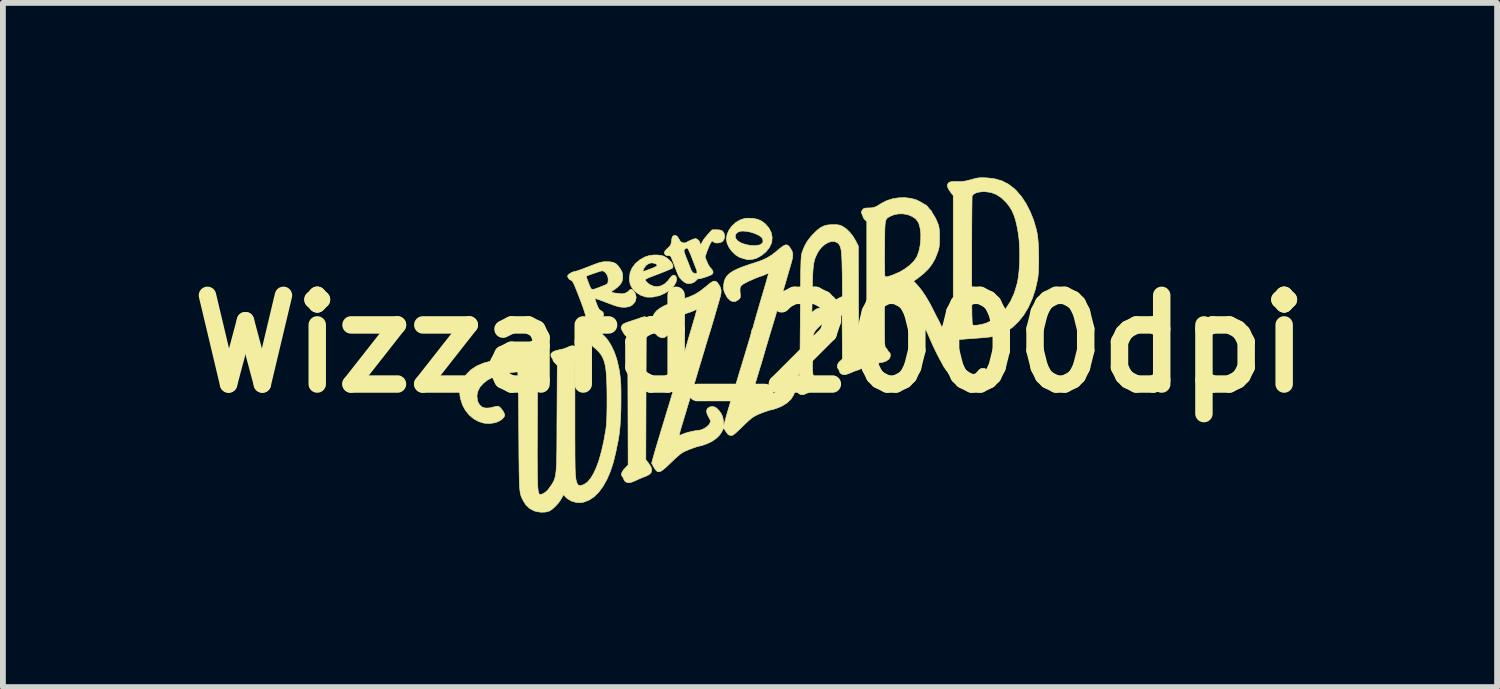
<source format=kicad_pcb>
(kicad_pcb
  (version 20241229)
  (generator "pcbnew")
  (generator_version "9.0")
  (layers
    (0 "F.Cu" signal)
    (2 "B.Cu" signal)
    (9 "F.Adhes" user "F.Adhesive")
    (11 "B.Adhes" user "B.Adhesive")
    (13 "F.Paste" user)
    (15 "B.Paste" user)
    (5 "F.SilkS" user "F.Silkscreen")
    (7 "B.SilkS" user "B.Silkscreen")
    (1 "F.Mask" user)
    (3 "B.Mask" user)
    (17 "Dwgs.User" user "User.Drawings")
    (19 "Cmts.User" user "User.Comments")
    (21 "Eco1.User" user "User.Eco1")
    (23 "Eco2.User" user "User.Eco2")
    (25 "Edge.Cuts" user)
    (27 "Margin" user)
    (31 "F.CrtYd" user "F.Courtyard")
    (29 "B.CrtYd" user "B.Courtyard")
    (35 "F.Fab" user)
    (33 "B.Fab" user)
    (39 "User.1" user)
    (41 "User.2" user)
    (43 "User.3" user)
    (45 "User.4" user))
  (footprint "Wizzard_2000dpi"
    (layer "F.Cu")
    (at 9.841 2.861)
    (property "Reference" "Wizzard_2000dpi" (at 0 0 0) (layer "F.SilkS") (effects (font (size 1.524 1.524) (thickness 0.3))))
    (attr through_hole)
    (fp_poly (pts (xy 0.048 -2.158) (xy 0.126 -2.143) (xy 0.192 -2.115) (xy 0.253 -2.071) (xy 0.264 -2.062) (xy 0.324 -1.992) (xy 0.364 -1.914) (xy 0.38 -1.833) (xy 0.374 -1.751) (xy 0.366 -1.726) (xy 0.33 -1.653) (xy 0.274 -1.584) (xy 0.204 -1.525) (xy 0.126 -1.48) (xy 0.095 -1.467) (xy 0.054 -1.457) (xy 0.009 -1.45) (xy -0.032 -1.447) (xy -0.059 -1.45) (xy -0.065 -1.453) (xy -0.08 -1.459) (xy -0.11 -1.466) (xy -0.113 -1.467) (xy -0.185 -1.491) (xy -0.253 -1.534) (xy -0.313 -1.593) (xy -0.362 -1.661) (xy -0.395 -1.733) (xy -0.406 -1.806) (xy -0.406 -1.806) (xy -0.4 -1.849) (xy -0.255 -1.849) (xy -0.243 -1.808) (xy -0.21 -1.769) (xy -0.15 -1.734) (xy -0.075 -1.708) (xy 0.007 -1.692) (xy 0.088 -1.689) (xy 0.159 -1.7) (xy 0.173 -1.704) (xy 0.209 -1.728) (xy 0.224 -1.763) (xy 0.216 -1.808) (xy 0.213 -1.813) (xy 0.187 -1.843) (xy 0.141 -1.872) (xy 0.082 -1.898) (xy 0.015 -1.92) (xy -0.053 -1.934) (xy -0.118 -1.94) (xy -0.164 -1.937) (xy -0.214 -1.919) (xy -0.244 -1.888) (xy -0.255 -1.849) (xy -0.4 -1.849) (xy -0.394 -1.883) (xy -0.361 -1.958) (xy -0.31 -2.027) (xy -0.247 -2.085) (xy -0.174 -2.129) (xy -0.095 -2.156) (xy -0.048 -2.161) (xy 0.048 -2.158)) (stroke (width 0.01) (type solid)) (fill yes) (layer "F.SilkS"))
    (fp_poly (pts (xy -1.514 -1.518) (xy -1.482 -1.507) (xy -1.43 -1.477) (xy -1.385 -1.44) (xy -1.35 -1.4) (xy -1.329 -1.36) (xy -1.323 -1.326) (xy -1.335 -1.302) (xy -1.352 -1.293) (xy -1.389 -1.277) (xy -1.441 -1.255) (xy -1.506 -1.229) (xy -1.578 -1.201) (xy -1.583 -1.199) (xy -1.662 -1.169) (xy -1.72 -1.147) (xy -1.76 -1.13) (xy -1.785 -1.117) (xy -1.798 -1.107) (xy -1.801 -1.099) (xy -1.798 -1.09) (xy -1.795 -1.084) (xy -1.773 -1.06) (xy -1.741 -1.032) (xy -1.727 -1.022) (xy -1.662 -0.992) (xy -1.594 -0.984) (xy -1.526 -0.999) (xy -1.462 -1.035) (xy -1.407 -1.09) (xy -1.389 -1.114) (xy -1.354 -1.159) (xy -1.321 -1.181) (xy -1.293 -1.18) (xy -1.27 -1.155) (xy -1.268 -1.149) (xy -1.261 -1.106) (xy -1.275 -1.054) (xy -1.308 -0.999) (xy -1.341 -0.961) (xy -1.387 -0.922) (xy -1.444 -0.884) (xy -1.505 -0.852) (xy -1.561 -0.829) (xy -1.594 -0.822) (xy -1.626 -0.817) (xy -1.645 -0.811) (xy -1.667 -0.806) (xy -1.703 -0.804) (xy -1.745 -0.804) (xy -1.782 -0.806) (xy -1.797 -0.808) (xy -1.885 -0.84) (xy -1.958 -0.887) (xy -1.984 -0.912) (xy -2.03 -0.968) (xy -2.058 -1.021) (xy -2.071 -1.081) (xy -2.073 -1.135) (xy -2.061 -1.225) (xy -2.047 -1.258) (xy -1.839 -1.258) (xy -1.837 -1.25) (xy -1.828 -1.249) (xy -1.806 -1.254) (xy -1.769 -1.267) (xy -1.714 -1.288) (xy -1.687 -1.298) (xy -1.633 -1.321) (xy -1.604 -1.339) (xy -1.597 -1.356) (xy -1.612 -1.372) (xy -1.64 -1.385) (xy -1.692 -1.394) (xy -1.743 -1.381) (xy -1.788 -1.349) (xy -1.823 -1.301) (xy -1.835 -1.272) (xy -1.839 -1.258) (xy -2.047 -1.258) (xy -2.025 -1.308) (xy -1.968 -1.383) (xy -1.89 -1.448) (xy -1.808 -1.494) (xy -1.739 -1.516) (xy -1.662 -1.528) (xy -1.584 -1.528) (xy -1.514 -1.518)) (stroke (width 0.01) (type solid)) (fill yes) (layer "F.SilkS"))
    (fp_poly (pts (xy -0.523 -1.959) (xy -0.49 -1.95) (xy -0.472 -1.939) (xy -0.446 -1.9) (xy -0.436 -1.854) (xy -0.443 -1.808) (xy -0.465 -1.77) (xy -0.494 -1.749) (xy -0.547 -1.735) (xy -0.594 -1.736) (xy -0.628 -1.752) (xy -0.63 -1.754) (xy -0.644 -1.767) (xy -0.655 -1.767) (xy -0.668 -1.749) (xy -0.683 -1.724) (xy -0.703 -1.683) (xy -0.725 -1.63) (xy -0.743 -1.582) (xy -0.773 -1.494) (xy -0.74 -1.411) (xy -0.716 -1.359) (xy -0.689 -1.317) (xy -0.671 -1.298) (xy -0.645 -1.266) (xy -0.635 -1.233) (xy -0.644 -1.204) (xy -0.651 -1.198) (xy -0.677 -1.183) (xy -0.717 -1.166) (xy -0.765 -1.149) (xy -0.812 -1.134) (xy -0.851 -1.124) (xy -0.875 -1.121) (xy -0.876 -1.121) (xy -0.903 -1.116) (xy -0.921 -1.097) (xy -0.958 -1.062) (xy -1.009 -1.041) (xy -1.066 -1.037) (xy -1.088 -1.041) (xy -1.125 -1.059) (xy -1.167 -1.092) (xy -1.205 -1.132) (xy -1.228 -1.168) (xy -1.239 -1.193) (xy -1.256 -1.235) (xy -1.277 -1.288) (xy -1.296 -1.339) (xy -1.322 -1.409) (xy -1.342 -1.458) (xy -1.356 -1.49) (xy -1.367 -1.509) (xy -1.378 -1.516) (xy -1.388 -1.517) (xy -1.396 -1.515) (xy -1.43 -1.517) (xy -1.459 -1.534) (xy -1.473 -1.561) (xy -1.473 -1.566) (xy -1.463 -1.593) (xy -1.457 -1.6) (xy -1.135 -1.6) (xy -1.13 -1.576) (xy -1.119 -1.543) (xy -1.102 -1.496) (xy -1.084 -1.451) (xy -1.078 -1.435) (xy -1.063 -1.399) (xy -1.044 -1.351) (xy -1.029 -1.31) (xy -1.011 -1.268) (xy -0.993 -1.237) (xy -0.979 -1.223) (xy -0.949 -1.212) (xy -0.94 -1.207) (xy -0.921 -1.206) (xy -0.912 -1.224) (xy -0.913 -1.254) (xy -0.92 -1.276) (xy -0.93 -1.302) (xy -0.947 -1.346) (xy -0.969 -1.402) (xy -0.993 -1.465) (xy -0.998 -1.478) (xy -1.021 -1.538) (xy -1.044 -1.589) (xy -1.062 -1.627) (xy -1.075 -1.646) (xy -1.077 -1.648) (xy -1.098 -1.645) (xy -1.118 -1.631) (xy -1.131 -1.615) (xy -1.135 -1.6) (xy -1.457 -1.6) (xy -1.433 -1.628) (xy -1.415 -1.645) (xy -1.382 -1.676) (xy -1.364 -1.702) (xy -1.354 -1.734) (xy -1.35 -1.768) (xy -1.341 -1.821) (xy -1.326 -1.853) (xy -1.302 -1.865) (xy -1.28 -1.865) (xy -1.253 -1.85) (xy -1.226 -1.811) (xy -1.222 -1.803) (xy -1.199 -1.765) (xy -1.175 -1.745) (xy -1.152 -1.738) (xy -1.112 -1.736) (xy -1.092 -1.745) (xy -1.07 -1.758) (xy -1.034 -1.776) (xy -1.004 -1.789) (xy -0.965 -1.804) (xy -0.94 -1.809) (xy -0.921 -1.806) (xy -0.905 -1.796) (xy -0.881 -1.776) (xy -0.869 -1.758) (xy -0.857 -1.722) (xy -0.848 -1.71) (xy -0.837 -1.721) (xy -0.822 -1.752) (xy -0.8 -1.789) (xy -0.766 -1.834) (xy -0.728 -1.879) (xy -0.723 -1.885) (xy -0.651 -1.961) (xy -0.575 -1.962) (xy -0.523 -1.959)) (stroke (width 0.01) (type solid)) (fill yes) (layer "F.SilkS"))
    (fp_poly (pts (xy 4.069 -2.854) (xy 4.205 -2.838) (xy 4.328 -2.803) (xy 4.438 -2.747) (xy 4.541 -2.669) (xy 4.576 -2.635) (xy 4.663 -2.534) (xy 4.744 -2.412) (xy 4.814 -2.275) (xy 4.874 -2.127) (xy 4.919 -1.973) (xy 4.936 -1.897) (xy 4.945 -1.829) (xy 4.953 -1.742) (xy 4.958 -1.641) (xy 4.961 -1.534) (xy 4.962 -1.426) (xy 4.96 -1.322) (xy 4.956 -1.229) (xy 4.949 -1.152) (xy 4.945 -1.124) (xy 4.906 -0.945) (xy 4.851 -0.779) (xy 4.783 -0.628) (xy 4.702 -0.494) (xy 4.609 -0.378) (xy 4.505 -0.281) (xy 4.392 -0.206) (xy 4.306 -0.167) (xy 4.268 -0.153) (xy 4.234 -0.141) (xy 4.199 -0.132) (xy 4.16 -0.125) (xy 4.113 -0.118) (xy 4.054 -0.112) (xy 3.98 -0.105) (xy 3.886 -0.098) (xy 3.834 -0.094) (xy 3.752 -0.088) (xy 3.675 -0.082) (xy 3.609 -0.077) (xy 3.558 -0.072) (xy 3.527 -0.069) (xy 3.524 -0.068) (xy 3.483 -0.067) (xy 3.451 -0.08) (xy 3.438 -0.089) (xy 3.416 -0.112) (xy 3.408 -0.132) (xy 3.409 -0.134) (xy 3.407 -0.155) (xy 3.402 -0.16) (xy 3.385 -0.182) (xy 3.373 -0.216) (xy 3.371 -0.25) (xy 3.373 -0.257) (xy 3.389 -0.277) (xy 3.419 -0.298) (xy 3.437 -0.307) (xy 3.493 -0.331) (xy 3.493 -1.429) (xy 3.81 -1.429) (xy 3.81 -1.229) (xy 3.81 -1.053) (xy 3.811 -0.9) (xy 3.811 -0.768) (xy 3.812 -0.657) (xy 3.813 -0.564) (xy 3.814 -0.488) (xy 3.816 -0.429) (xy 3.818 -0.384) (xy 3.82 -0.353) (xy 3.822 -0.334) (xy 3.825 -0.326) (xy 3.826 -0.325) (xy 3.858 -0.32) (xy 3.906 -0.322) (xy 3.964 -0.332) (xy 4.024 -0.346) (xy 4.071 -0.362) (xy 4.195 -0.425) (xy 4.304 -0.508) (xy 4.399 -0.611) (xy 4.479 -0.734) (xy 4.543 -0.876) (xy 4.591 -1.037) (xy 4.599 -1.073) (xy 4.615 -1.168) (xy 4.626 -1.282) (xy 4.633 -1.407) (xy 4.635 -1.537) (xy 4.632 -1.665) (xy 4.625 -1.786) (xy 4.612 -1.891) (xy 4.611 -1.899) (xy 4.588 -2.025) (xy 4.563 -2.131) (xy 4.534 -2.219) (xy 4.5 -2.295) (xy 4.458 -2.363) (xy 4.408 -2.426) (xy 4.399 -2.436) (xy 4.316 -2.515) (xy 4.231 -2.57) (xy 4.139 -2.604) (xy 4.038 -2.617) (xy 4.017 -2.618) (xy 3.949 -2.612) (xy 3.89 -2.598) (xy 3.845 -2.576) (xy 3.819 -2.549) (xy 3.818 -2.546) (xy 3.817 -2.53) (xy 3.816 -2.491) (xy 3.815 -2.431) (xy 3.814 -2.35) (xy 3.813 -2.252) (xy 3.812 -2.137) (xy 3.811 -2.009) (xy 3.811 -1.868) (xy 3.81 -1.717) (xy 3.81 -1.557) (xy 3.81 -1.429) (xy 3.493 -1.429) (xy 3.493 -2.551) (xy 3.463 -2.587) (xy 3.419 -2.649) (xy 3.395 -2.698) (xy 3.392 -2.737) (xy 3.41 -2.767) (xy 3.421 -2.775) (xy 3.445 -2.785) (xy 3.482 -2.791) (xy 3.537 -2.792) (xy 3.563 -2.791) (xy 3.627 -2.791) (xy 3.682 -2.796) (xy 3.74 -2.808) (xy 3.802 -2.824) (xy 3.862 -2.841) (xy 3.909 -2.851) (xy 3.953 -2.856) (xy 4.004 -2.856) (xy 4.069 -2.854)) (stroke (width 0.01) (type solid)) (fill yes) (layer "F.SilkS"))
    (fp_poly (pts (xy -2.406 -1.411) (xy -2.348 -1.4) (xy -2.303 -1.377) (xy -2.265 -1.339) (xy -2.227 -1.285) (xy -2.203 -1.241) (xy -2.192 -1.204) (xy -2.19 -1.161) (xy -2.19 -1.145) (xy -2.194 -1.097) (xy -2.206 -1.061) (xy -2.229 -1.026) (xy -2.235 -1.018) (xy -2.273 -0.979) (xy -2.318 -0.943) (xy -2.334 -0.932) (xy -2.367 -0.912) (xy -2.379 -0.899) (xy -2.375 -0.89) (xy -2.37 -0.886) (xy -2.344 -0.878) (xy -2.306 -0.872) (xy -2.295 -0.871) (xy -2.259 -0.867) (xy -2.233 -0.864) (xy -2.229 -0.863) (xy -2.194 -0.861) (xy -2.152 -0.87) (xy -2.112 -0.887) (xy -2.088 -0.908) (xy -2.061 -0.935) (xy -2.032 -0.937) (xy -2.003 -0.915) (xy -1.976 -0.87) (xy -1.971 -0.86) (xy -1.957 -0.801) (xy -1.967 -0.746) (xy -1.982 -0.716) (xy -2.02 -0.671) (xy -2.069 -0.644) (xy -2.133 -0.631) (xy -2.172 -0.63) (xy -2.207 -0.632) (xy -2.243 -0.637) (xy -2.284 -0.647) (xy -2.335 -0.663) (xy -2.401 -0.687) (xy -2.457 -0.708) (xy -2.524 -0.734) (xy -2.582 -0.755) (xy -2.627 -0.771) (xy -2.656 -0.78) (xy -2.665 -0.781) (xy -2.663 -0.768) (xy -2.654 -0.737) (xy -2.639 -0.695) (xy -2.635 -0.684) (xy -2.614 -0.633) (xy -2.596 -0.6) (xy -2.576 -0.58) (xy -2.561 -0.572) (xy -2.531 -0.548) (xy -2.516 -0.518) (xy -2.519 -0.488) (xy -2.53 -0.474) (xy -2.549 -0.463) (xy -2.585 -0.448) (xy -2.631 -0.429) (xy -2.642 -0.425) (xy -2.688 -0.408) (xy -2.726 -0.392) (xy -2.748 -0.381) (xy -2.75 -0.38) (xy -2.77 -0.377) (xy -2.794 -0.385) (xy -2.815 -0.4) (xy -2.823 -0.422) (xy -2.824 -0.457) (xy -2.827 -0.483) (xy -2.835 -0.521) (xy -2.851 -0.572) (xy -2.874 -0.64) (xy -2.906 -0.727) (xy -2.934 -0.799) (xy -2.969 -0.89) (xy -2.997 -0.96) (xy -3.019 -1.012) (xy -3.036 -1.048) (xy -3.05 -1.072) (xy -3.061 -1.085) (xy -3.072 -1.092) (xy -3.074 -1.092) (xy -3.102 -1.108) (xy -3.124 -1.135) (xy -3.135 -1.159) (xy -3.135 -1.163) (xy -2.816 -1.163) (xy -2.813 -1.151) (xy -2.803 -1.12) (xy -2.786 -1.076) (xy -2.774 -1.043) (xy -2.755 -0.994) (xy -2.74 -0.961) (xy -2.725 -0.942) (xy -2.705 -0.936) (xy -2.674 -0.942) (xy -2.629 -0.958) (xy -2.569 -0.981) (xy -2.52 -1) (xy -2.48 -1.018) (xy -2.455 -1.032) (xy -2.451 -1.035) (xy -2.44 -1.064) (xy -2.437 -1.105) (xy -2.443 -1.15) (xy -2.449 -1.171) (xy -2.473 -1.213) (xy -2.505 -1.244) (xy -2.538 -1.257) (xy -2.541 -1.257) (xy -2.559 -1.253) (xy -2.595 -1.243) (xy -2.642 -1.227) (xy -2.693 -1.21) (xy -2.743 -1.193) (xy -2.784 -1.177) (xy -2.81 -1.166) (xy -2.816 -1.163) (xy -3.135 -1.163) (xy -3.132 -1.176) (xy -3.113 -1.196) (xy -3.108 -1.201) (xy -3.074 -1.224) (xy -3.04 -1.238) (xy -3.038 -1.239) (xy -3.006 -1.246) (xy -2.973 -1.255) (xy -2.934 -1.268) (xy -2.885 -1.285) (xy -2.821 -1.31) (xy -2.743 -1.34) (xy -2.666 -1.37) (xy -2.607 -1.391) (xy -2.561 -1.404) (xy -2.523 -1.411) (xy -2.487 -1.413) (xy -2.483 -1.413) (xy -2.406 -1.411)) (stroke (width 0.01) (type solid)) (fill yes) (layer "F.SilkS"))
    (fp_poly (pts (xy -2.625 -0.219) (xy -2.56 -0.184) (xy -2.497 -0.128) (xy -2.437 -0.055) (xy -2.382 0.035) (xy -2.334 0.137) (xy -2.294 0.25) (xy -2.281 0.298) (xy -2.262 0.383) (xy -2.246 0.46) (xy -2.235 0.535) (xy -2.227 0.613) (xy -2.221 0.7) (xy -2.218 0.799) (xy -2.218 0.917) (xy -2.218 0.978) (xy -2.22 1.148) (xy -2.226 1.297) (xy -2.235 1.427) (xy -2.247 1.541) (xy -2.263 1.643) (xy -2.267 1.664) (xy -2.278 1.719) (xy -2.292 1.785) (xy -2.304 1.848) (xy -2.304 1.848) (xy -2.346 2.024) (xy -2.397 2.183) (xy -2.457 2.324) (xy -2.525 2.446) (xy -2.6 2.548) (xy -2.681 2.628) (xy -2.768 2.685) (xy -2.86 2.72) (xy -2.91 2.728) (xy -2.988 2.724) (xy -3.066 2.702) (xy -3.134 2.663) (xy -3.16 2.64) (xy -3.209 2.592) (xy -3.235 2.646) (xy -3.265 2.695) (xy -3.306 2.748) (xy -3.354 2.799) (xy -3.402 2.842) (xy -3.444 2.87) (xy -3.448 2.872) (xy -3.515 2.89) (xy -3.593 2.893) (xy -3.674 2.88) (xy -3.708 2.87) (xy -3.787 2.829) (xy -3.852 2.767) (xy -3.895 2.7) (xy -3.908 2.675) (xy -3.919 2.653) (xy -3.929 2.631) (xy -3.937 2.609) (xy -3.944 2.584) (xy -3.95 2.555) (xy -3.955 2.519) (xy -3.959 2.476) (xy -3.963 2.422) (xy -3.965 2.357) (xy -3.967 2.278) (xy -3.969 2.184) (xy -3.97 2.072) (xy -3.972 1.942) (xy -3.973 1.792) (xy -3.974 1.618) (xy -3.975 1.502) (xy -3.976 1.295) (xy -3.978 1.11) (xy -3.98 0.949) (xy -3.982 0.811) (xy -3.984 0.696) (xy -3.986 0.606) (xy -3.989 0.54) (xy -3.991 0.498) (xy -3.994 0.482) (xy -3.994 0.481) (xy -4.019 0.482) (xy -4.062 0.487) (xy -4.116 0.494) (xy -4.175 0.504) (xy -4.232 0.514) (xy -4.28 0.524) (xy -4.305 0.53) (xy -4.415 0.569) (xy -4.509 0.619) (xy -4.585 0.678) (xy -4.643 0.744) (xy -4.679 0.816) (xy -4.694 0.892) (xy -4.685 0.969) (xy -4.679 0.991) (xy -4.648 1.049) (xy -4.604 1.086) (xy -4.546 1.103) (xy -4.474 1.1) (xy -4.413 1.085) (xy -4.372 1.075) (xy -4.337 1.071) (xy -4.324 1.072) (xy -4.3 1.088) (xy -4.272 1.118) (xy -4.244 1.157) (xy -4.224 1.195) (xy -4.216 1.225) (xy -4.228 1.257) (xy -4.26 1.292) (xy -4.306 1.323) (xy -4.363 1.348) (xy -4.377 1.353) (xy -4.476 1.369) (xy -4.573 1.362) (xy -4.666 1.333) (xy -4.752 1.285) (xy -4.829 1.219) (xy -4.894 1.138) (xy -4.944 1.043) (xy -4.977 0.937) (xy -4.981 0.916) (xy -4.988 0.867) (xy -4.989 0.827) (xy -4.985 0.785) (xy -4.973 0.731) (xy -4.971 0.723) (xy -4.934 0.617) (xy -4.875 0.523) (xy -4.796 0.444) (xy -4.697 0.379) (xy -4.579 0.329) (xy -4.47 0.3) (xy -4.423 0.292) (xy -4.358 0.282) (xy -4.282 0.273) (xy -4.202 0.264) (xy -4.168 0.261) (xy -4.091 0.252) (xy -4.014 0.243) (xy -3.947 0.234) (xy -3.894 0.225) (xy -3.877 0.222) (xy -3.795 0.204) (xy -3.735 0.191) (xy -3.693 0.183) (xy -3.664 0.18) (xy -3.645 0.181) (xy -3.633 0.187) (xy -3.624 0.196) (xy -3.618 0.204) (xy -3.597 0.231) (xy -3.583 0.248) (xy -3.556 0.294) (xy -3.553 0.337) (xy -3.574 0.378) (xy -3.609 0.411) (xy -3.651 0.444) (xy -3.655 1.441) (xy -3.656 1.637) (xy -3.657 1.81) (xy -3.657 1.96) (xy -3.656 2.089) (xy -3.655 2.199) (xy -3.654 2.292) (xy -3.652 2.368) (xy -3.65 2.43) (xy -3.646 2.479) (xy -3.642 2.517) (xy -3.638 2.545) (xy -3.632 2.564) (xy -3.625 2.577) (xy -3.617 2.584) (xy -3.612 2.586) (xy -3.584 2.585) (xy -3.547 2.569) (xy -3.508 2.542) (xy -3.473 2.508) (xy -3.464 2.496) (xy -3.438 2.46) (xy -3.416 2.429) (xy -3.397 2.4) (xy -3.381 2.372) (xy -3.367 2.343) (xy -3.356 2.311) (xy -3.346 2.274) (xy -3.339 2.23) (xy -3.333 2.177) (xy -3.329 2.114) (xy -3.325 2.037) (xy -3.323 1.946) (xy -3.321 1.838) (xy -3.32 1.712) (xy -3.319 1.565) (xy -3.319 1.397) (xy -3.318 1.286) (xy -3.313 0.368) (xy -3.352 0.329) (xy -3.375 0.303) (xy -3.385 0.286) (xy -3.385 0.282) (xy -3.387 0.269) (xy -3.396 0.255) (xy -3.413 0.227) (xy -3.423 0.202) (xy -3.42 0.167) (xy -3.392 0.139) (xy -3.34 0.116) (xy -3.281 0.102) (xy -3.229 0.091) (xy -3.18 0.076) (xy -3.151 0.064) (xy -3.094 0.039) (xy -3.05 0.031) (xy -3.015 0.039) (xy -2.988 0.056) (xy -2.954 0.093) (xy -2.928 0.135) (xy -2.914 0.176) (xy -2.915 0.203) (xy -2.928 0.226) (xy -2.954 0.255) (xy -2.966 0.266) (xy -3.01 0.304) (xy -3.01 1.277) (xy -3.01 1.461) (xy -3.01 1.621) (xy -3.009 1.76) (xy -3.009 1.879) (xy -3.008 1.979) (xy -3.007 2.063) (xy -3.006 2.133) (xy -3.004 2.189) (xy -3.002 2.234) (xy -2.999 2.27) (xy -2.996 2.299) (xy -2.993 2.322) (xy -2.99 2.337) (xy -2.974 2.393) (xy -2.954 2.425) (xy -2.927 2.436) (xy -2.888 2.429) (xy -2.855 2.416) (xy -2.797 2.378) (xy -2.742 2.315) (xy -2.69 2.229) (xy -2.64 2.121) (xy -2.594 1.992) (xy -2.552 1.842) (xy -2.514 1.673) (xy -2.481 1.487) (xy -2.474 1.441) (xy -2.468 1.382) (xy -2.463 1.3) (xy -2.46 1.195) (xy -2.458 1.064) (xy -2.458 0.933) (xy -2.459 0.777) (xy -2.463 0.644) (xy -2.469 0.53) (xy -2.478 0.435) (xy -2.492 0.354) (xy -2.511 0.286) (xy -2.535 0.228) (xy -2.566 0.178) (xy -2.603 0.132) (xy -2.648 0.088) (xy -2.69 0.054) (xy -2.737 0.007) (xy -2.768 -0.044) (xy -2.785 -0.096) (xy -2.787 -0.145) (xy -2.773 -0.186) (xy -2.745 -0.216) (xy -2.702 -0.23) (xy -2.689 -0.231) (xy -2.625 -0.219)) (stroke (width 0.01) (type solid)) (fill yes) (layer "F.SilkS"))
    (fp_poly (pts (xy 2.769 -2.501) (xy 2.866 -2.473) (xy 2.948 -2.43) (xy 2.949 -2.43) (xy 2.984 -2.407) (xy 3.011 -2.392) (xy 3.022 -2.388) (xy 3.036 -2.378) (xy 3.056 -2.354) (xy 3.062 -2.346) (xy 3.085 -2.317) (xy 3.105 -2.297) (xy 3.108 -2.295) (xy 3.123 -2.278) (xy 3.124 -2.272) (xy 3.131 -2.254) (xy 3.149 -2.226) (xy 3.154 -2.218) (xy 3.174 -2.186) (xy 3.198 -2.14) (xy 3.22 -2.09) (xy 3.22 -2.089) (xy 3.235 -2.05) (xy 3.245 -2.015) (xy 3.251 -1.979) (xy 3.255 -1.935) (xy 3.256 -1.875) (xy 3.257 -1.835) (xy 3.256 -1.762) (xy 3.254 -1.706) (xy 3.249 -1.663) (xy 3.24 -1.623) (xy 3.227 -1.581) (xy 3.184 -1.471) (xy 3.132 -1.377) (xy 3.068 -1.292) (xy 2.988 -1.213) (xy 2.888 -1.133) (xy 2.87 -1.12) (xy 2.812 -1.079) (xy 2.874 -1.013) (xy 2.949 -0.922) (xy 3.023 -0.812) (xy 3.099 -0.681) (xy 3.158 -0.565) (xy 3.183 -0.514) (xy 3.205 -0.471) (xy 3.221 -0.441) (xy 3.226 -0.432) (xy 3.238 -0.41) (xy 3.257 -0.372) (xy 3.283 -0.317) (xy 3.317 -0.242) (xy 3.36 -0.146) (xy 3.366 -0.133) (xy 3.393 -0.073) (xy 3.419 -0.019) (xy 3.441 0.023) (xy 3.456 0.048) (xy 3.457 0.049) (xy 3.474 0.079) (xy 3.48 0.102) (xy 3.489 0.128) (xy 3.499 0.14) (xy 3.515 0.165) (xy 3.518 0.181) (xy 3.526 0.206) (xy 3.546 0.238) (xy 3.556 0.25) (xy 3.579 0.28) (xy 3.593 0.305) (xy 3.594 0.311) (xy 3.604 0.334) (xy 3.629 0.368) (xy 3.667 0.409) (xy 3.712 0.451) (xy 3.738 0.472) (xy 3.794 0.509) (xy 3.84 0.522) (xy 3.877 0.513) (xy 3.908 0.48) (xy 3.909 0.478) (xy 3.943 0.439) (xy 3.983 0.419) (xy 4.025 0.419) (xy 4.062 0.438) (xy 4.084 0.467) (xy 4.104 0.499) (xy 4.121 0.52) (xy 4.136 0.548) (xy 4.137 0.586) (xy 4.136 0.592) (xy 4.115 0.646) (xy 4.074 0.692) (xy 4.017 0.729) (xy 3.948 0.753) (xy 3.873 0.762) (xy 3.873 0.762) (xy 3.812 0.753) (xy 3.74 0.726) (xy 3.662 0.686) (xy 3.581 0.636) (xy 3.503 0.578) (xy 3.433 0.516) (xy 3.373 0.453) (xy 3.331 0.392) (xy 3.326 0.384) (xy 3.313 0.359) (xy 3.291 0.318) (xy 3.263 0.267) (xy 3.241 0.225) (xy 3.208 0.161) (xy 3.17 0.083) (xy 3.133 0.004) (xy 3.11 -0.048) (xy 3.045 -0.197) (xy 2.989 -0.325) (xy 2.941 -0.434) (xy 2.899 -0.525) (xy 2.863 -0.601) (xy 2.832 -0.664) (xy 2.804 -0.715) (xy 2.779 -0.758) (xy 2.755 -0.793) (xy 2.732 -0.824) (xy 2.709 -0.851) (xy 2.707 -0.853) (xy 2.644 -0.91) (xy 2.58 -0.942) (xy 2.515 -0.95) (xy 2.446 -0.934) (xy 2.417 -0.92) (xy 2.379 -0.907) (xy 2.346 -0.902) (xy 2.311 -0.902) (xy 2.311 -0.427) (xy 2.311 -0.305) (xy 2.312 -0.206) (xy 2.312 -0.127) (xy 2.313 -0.065) (xy 2.315 -0.019) (xy 2.317 0.014) (xy 2.32 0.037) (xy 2.324 0.052) (xy 2.329 0.061) (xy 2.335 0.068) (xy 2.337 0.07) (xy 2.356 0.092) (xy 2.362 0.107) (xy 2.372 0.124) (xy 2.388 0.137) (xy 2.408 0.163) (xy 2.413 0.2) (xy 2.403 0.238) (xy 2.384 0.264) (xy 2.337 0.296) (xy 2.283 0.315) (xy 2.257 0.318) (xy 2.23 0.323) (xy 2.191 0.337) (xy 2.159 0.351) (xy 2.094 0.375) (xy 2.041 0.384) (xy 2.003 0.377) (xy 1.988 0.364) (xy 1.976 0.352) (xy 1.965 0.356) (xy 1.949 0.38) (xy 1.945 0.386) (xy 1.917 0.421) (xy 1.878 0.441) (xy 1.865 0.445) (xy 1.821 0.459) (xy 1.769 0.479) (xy 1.741 0.491) (xy 1.697 0.509) (xy 1.656 0.524) (xy 1.637 0.529) (xy 1.599 0.528) (xy 1.565 0.513) (xy 1.542 0.489) (xy 1.537 0.471) (xy 1.527 0.443) (xy 1.518 0.432) (xy 1.499 0.402) (xy 1.501 0.364) (xy 1.522 0.323) (xy 1.543 0.301) (xy 1.588 0.26) (xy 1.585 -0.124) (xy 1.581 -0.509) (xy 1.502 -0.414) (xy 1.449 -0.356) (xy 1.404 -0.321) (xy 1.364 -0.305) (xy 1.327 -0.31) (xy 1.302 -0.322) (xy 1.271 -0.339) (xy 1.243 -0.339) (xy 1.213 -0.323) (xy 1.176 -0.287) (xy 1.173 -0.284) (xy 1.145 -0.255) (xy 1.123 -0.228) (xy 1.106 -0.201) (xy 1.093 -0.17) (xy 1.084 -0.133) (xy 1.079 -0.085) (xy 1.076 -0.023) (xy 1.074 0.057) (xy 1.074 0.157) (xy 1.074 0.199) (xy 1.074 0.302) (xy 1.074 0.381) (xy 1.075 0.441) (xy 1.077 0.485) (xy 1.08 0.514) (xy 1.084 0.533) (xy 1.089 0.545) (xy 1.093 0.549) (xy 1.128 0.585) (xy 1.158 0.629) (xy 1.177 0.672) (xy 1.181 0.696) (xy 1.169 0.733) (xy 1.138 0.768) (xy 1.093 0.796) (xy 1.067 0.806) (xy 1.036 0.818) (xy 0.997 0.838) (xy 0.982 0.846) (xy 0.923 0.871) (xy 0.875 0.873) (xy 0.836 0.852) (xy 0.805 0.807) (xy 0.803 0.802) (xy 0.79 0.774) (xy 0.783 0.767) (xy 0.779 0.78) (xy 0.778 0.787) (xy 0.753 0.871) (xy 0.706 0.947) (xy 0.636 1.014) (xy 0.547 1.069) (xy 0.493 1.092) (xy 0.445 1.11) (xy 0.406 1.123) (xy 0.381 1.13) (xy 0.377 1.13) (xy 0.353 1.135) (xy 0.312 1.147) (xy 0.26 1.165) (xy 0.203 1.186) (xy 0.147 1.208) (xy 0.108 1.226) (xy 0.072 1.245) (xy 0.032 1.272) (xy -0.013 1.31) (xy -0.07 1.361) (xy -0.129 1.419) (xy -0.188 1.476) (xy -0.232 1.517) (xy -0.264 1.545) (xy -0.287 1.562) (xy -0.306 1.571) (xy -0.322 1.573) (xy -0.332 1.572) (xy -0.354 1.568) (xy -0.373 1.559) (xy -0.392 1.538) (xy -0.416 1.504) (xy -0.44 1.465) (xy -0.45 1.454) (xy -0.459 1.457) (xy -0.471 1.48) (xy -0.48 1.5) (xy -0.519 1.562) (xy -0.579 1.622) (xy -0.655 1.675) (xy -0.739 1.715) (xy -0.787 1.732) (xy -0.826 1.746) (xy -0.851 1.752) (xy -0.855 1.753) (xy -0.879 1.757) (xy -0.92 1.769) (xy -0.972 1.787) (xy -1.029 1.808) (xy -1.085 1.831) (xy -1.124 1.848) (xy -1.16 1.867) (xy -1.2 1.895) (xy -1.246 1.933) (xy -1.302 1.984) (xy -1.36 2.04) (xy -1.429 2.106) (xy -1.483 2.154) (xy -1.526 2.185) (xy -1.56 2.198) (xy -1.588 2.196) (xy -1.613 2.177) (xy -1.638 2.144) (xy -1.663 2.101) (xy -1.691 2.05) (xy -1.665 1.955) (xy -1.645 1.883) (xy -1.618 1.789) (xy -1.584 1.675) (xy -1.544 1.542) (xy -1.504 1.41) (xy -1.483 1.342) (xy -1.462 1.272) (xy -1.443 1.21) (xy -1.433 1.175) (xy -1.416 1.119) (xy -1.395 1.052) (xy -1.375 0.986) (xy -1.371 0.972) (xy -1.35 0.902) (xy -1.326 0.824) (xy -1.305 0.752) (xy -1.302 0.743) (xy -1.282 0.676) (xy -1.26 0.603) (xy -1.24 0.539) (xy -1.237 0.528) (xy -1.223 0.479) (xy -1.212 0.437) (xy -1.207 0.411) (xy -1.206 0.407) (xy -1.2 0.381) (xy -1.195 0.374) (xy -1.186 0.355) (xy -1.175 0.321) (xy -1.17 0.305) (xy -1.164 0.277) (xy -1.152 0.234) (xy -1.135 0.174) (xy -1.112 0.096) (xy -1.084 -0.001) (xy -1.05 -0.119) (xy -1.008 -0.26) (xy -0.967 -0.4) (xy -0.948 -0.464) (xy -0.933 -0.519) (xy -0.921 -0.56) (xy -0.915 -0.584) (xy -0.914 -0.588) (xy -0.924 -0.59) (xy -0.947 -0.581) (xy -0.949 -0.579) (xy -0.982 -0.565) (xy -1.026 -0.548) (xy -1.054 -0.539) (xy -1.095 -0.524) (xy -1.151 -0.502) (xy -1.212 -0.475) (xy -1.255 -0.455) (xy -1.318 -0.424) (xy -1.361 -0.398) (xy -1.388 -0.372) (xy -1.401 -0.343) (xy -1.405 -0.304) (xy -1.401 -0.252) (xy -1.401 -0.25) (xy -1.398 -0.206) (xy -1.399 -0.179) (xy -1.409 -0.16) (xy -1.428 -0.141) (xy -1.436 -0.135) (xy -1.469 -0.111) (xy -1.499 -0.104) (xy -1.522 -0.106) (xy -1.574 -0.127) (xy -1.62 -0.169) (xy -1.654 -0.228) (xy -1.657 -0.235) (xy -1.678 -0.291) (xy -1.731 -0.239) (xy -1.784 -0.187) (xy -1.788 0.902) (xy -1.791 1.991) (xy -1.739 2.057) (xy -1.702 2.115) (xy -1.688 2.166) (xy -1.699 2.21) (xy -1.734 2.246) (xy -1.794 2.276) (xy -1.808 2.281) (xy -1.854 2.298) (xy -1.91 2.322) (xy -1.959 2.345) (xy -2.027 2.374) (xy -2.079 2.386) (xy -2.12 2.38) (xy -2.146 2.362) (xy -2.165 2.338) (xy -2.172 2.319) (xy -2.181 2.297) (xy -2.191 2.286) (xy -2.209 2.256) (xy -2.205 2.217) (xy -2.178 2.17) (xy -2.152 2.14) (xy -2.095 2.08) (xy -2.098 0.983) (xy -2.102 -0.114) (xy -2.129 -0.133) (xy -2.15 -0.154) (xy -2.175 -0.19) (xy -2.19 -0.217) (xy -2.209 -0.254) (xy -2.216 -0.278) (xy -2.213 -0.295) (xy -2.203 -0.313) (xy -2.193 -0.328) (xy -2.18 -0.34) (xy -2.161 -0.351) (xy -2.132 -0.363) (xy -2.088 -0.379) (xy -2.024 -0.4) (xy -2.013 -0.404) (xy -1.958 -0.422) (xy -1.907 -0.439) (xy -1.87 -0.453) (xy -1.86 -0.457) (xy -1.81 -0.468) (xy -1.767 -0.454) (xy -1.731 -0.416) (xy -1.727 -0.41) (xy -1.698 -0.362) (xy -1.683 -0.426) (xy -1.667 -0.48) (xy -1.641 -0.527) (xy -1.605 -0.57) (xy -1.555 -0.609) (xy -1.491 -0.647) (xy -1.408 -0.684) (xy -1.306 -0.722) (xy -1.181 -0.763) (xy -1.143 -0.775) (xy -1.036 -0.811) (xy -0.946 -0.852) (xy -0.863 -0.903) (xy -0.779 -0.968) (xy -0.753 -0.989) (xy -0.695 -1.038) (xy -0.65 -1.068) (xy -0.616 -1.08) (xy -0.587 -1.076) (xy -0.561 -1.054) (xy -0.535 -1.018) (xy -0.508 -0.968) (xy -0.497 -0.919) (xy -0.5 -0.863) (xy -0.513 -0.806) (xy -0.529 -0.749) (xy -0.549 -0.68) (xy -0.572 -0.602) (xy -0.596 -0.52) (xy -0.619 -0.438) (xy -0.642 -0.362) (xy -0.662 -0.295) (xy -0.678 -0.241) (xy -0.689 -0.206) (xy -0.692 -0.197) (xy -0.701 -0.168) (xy -0.716 -0.12) (xy -0.735 -0.058) (xy -0.757 0.013) (xy -0.773 0.07) (xy -0.8 0.159) (xy -0.83 0.259) (xy -0.86 0.358) (xy -0.887 0.447) (xy -0.896 0.476) (xy -0.917 0.548) (xy -0.938 0.618) (xy -0.956 0.679) (xy -0.97 0.724) (xy -0.973 0.737) (xy -0.999 0.827) (xy -1.022 0.905) (xy -1.044 0.979) (xy -1.052 1.003) (xy -1.067 1.052) (xy -1.086 1.115) (xy -1.106 1.183) (xy -1.117 1.219) (xy -1.138 1.289) (xy -1.16 1.363) (xy -1.181 1.431) (xy -1.189 1.458) (xy -1.203 1.506) (xy -1.212 1.545) (xy -1.216 1.567) (xy -1.215 1.57) (xy -1.201 1.569) (xy -1.173 1.558) (xy -1.16 1.552) (xy -1.123 1.537) (xy -1.07 1.521) (xy -1.009 1.506) (xy -0.95 1.494) (xy -0.901 1.487) (xy -0.884 1.486) (xy -0.84 1.477) (xy -0.788 1.454) (xy -0.74 1.422) (xy -0.705 1.387) (xy -0.699 1.379) (xy -0.683 1.347) (xy -0.677 1.323) (xy -0.678 1.317) (xy -0.689 1.298) (xy -0.707 1.265) (xy -0.718 1.246) (xy -0.743 1.187) (xy -0.746 1.14) (xy -0.727 1.105) (xy -0.686 1.081) (xy -0.634 1.076) (xy -0.585 1.095) (xy -0.537 1.14) (xy -0.537 1.141) (xy -0.5 1.191) (xy -0.477 1.236) (xy -0.464 1.284) (xy -0.458 1.327) (xy -0.451 1.403) (xy -0.429 1.321) (xy -0.416 1.271) (xy -0.397 1.205) (xy -0.373 1.122) (xy -0.342 1.019) (xy -0.305 0.894) (xy -0.272 0.787) (xy -0.251 0.719) (xy -0.23 0.65) (xy -0.211 0.588) (xy -0.201 0.552) (xy -0.184 0.497) (xy -0.164 0.43) (xy -0.143 0.364) (xy -0.139 0.349) (xy -0.118 0.28) (xy -0.094 0.201) (xy -0.073 0.13) (xy -0.07 0.121) (xy -0.05 0.054) (xy -0.028 -0.019) (xy -0.009 -0.084) (xy -0.005 -0.094) (xy 0.009 -0.143) (xy 0.02 -0.185) (xy 0.025 -0.212) (xy 0.025 -0.215) (xy 0.032 -0.241) (xy 0.037 -0.248) (xy 0.046 -0.267) (xy 0.057 -0.301) (xy 0.061 -0.318) (xy 0.068 -0.345) (xy 0.08 -0.388) (xy 0.097 -0.448) (xy 0.119 -0.526) (xy 0.148 -0.624) (xy 0.182 -0.742) (xy 0.224 -0.882) (xy 0.265 -1.022) (xy 0.284 -1.086) (xy 0.299 -1.141) (xy 0.311 -1.183) (xy 0.317 -1.207) (xy 0.318 -1.21) (xy 0.308 -1.212) (xy 0.285 -1.203) (xy 0.283 -1.202) (xy 0.25 -1.187) (xy 0.206 -1.17) (xy 0.178 -1.161) (xy 0.137 -1.147) (xy 0.081 -1.124) (xy 0.02 -1.097) (xy -0.023 -1.078) (xy -0.086 -1.046) (xy -0.13 -1.02) (xy -0.156 -0.995) (xy -0.17 -0.965) (xy -0.173 -0.926) (xy -0.17 -0.875) (xy -0.169 -0.873) (xy -0.166 -0.829) (xy -0.168 -0.801) (xy -0.177 -0.782) (xy -0.196 -0.763) (xy -0.204 -0.757) (xy -0.251 -0.73) (xy -0.299 -0.728) (xy -0.345 -0.75) (xy -0.388 -0.794) (xy -0.427 -0.861) (xy -0.428 -0.864) (xy -0.447 -0.912) (xy -0.455 -0.954) (xy -0.454 -1.005) (xy -0.453 -1.013) (xy -0.444 -1.072) (xy -0.426 -1.123) (xy -0.395 -1.17) (xy -0.35 -1.212) (xy -0.29 -1.252) (xy -0.212 -1.291) (xy -0.114 -1.33) (xy 0.006 -1.371) (xy 0.089 -1.397) (xy 0.195 -1.434) (xy 0.286 -1.475) (xy 0.369 -1.525) (xy 0.453 -1.59) (xy 0.479 -1.612) (xy 0.537 -1.66) (xy 0.582 -1.69) (xy 0.616 -1.703) (xy 0.645 -1.698) (xy 0.671 -1.677) (xy 0.697 -1.64) (xy 0.724 -1.59) (xy 0.735 -1.541) (xy 0.732 -1.485) (xy 0.719 -1.429) (xy 0.703 -1.372) (xy 0.683 -1.302) (xy 0.66 -1.224) (xy 0.636 -1.142) (xy 0.613 -1.061) (xy 0.59 -0.984) (xy 0.57 -0.917) (xy 0.554 -0.863) (xy 0.543 -0.828) (xy 0.54 -0.819) (xy 0.531 -0.79) (xy 0.516 -0.742) (xy 0.497 -0.68) (xy 0.475 -0.609) (xy 0.458 -0.552) (xy 0.432 -0.463) (xy 0.402 -0.363) (xy 0.372 -0.264) (xy 0.345 -0.175) (xy 0.336 -0.146) (xy 0.315 -0.074) (xy 0.294 -0.004) (xy 0.276 0.056) (xy 0.262 0.102) (xy 0.259 0.114) (xy 0.233 0.205) (xy 0.21 0.282) (xy 0.188 0.357) (xy 0.18 0.381) (xy 0.165 0.43) (xy 0.146 0.493) (xy 0.126 0.56) (xy 0.115 0.597) (xy 0.094 0.666) (xy 0.071 0.741) (xy 0.051 0.809) (xy 0.043 0.836) (xy 0.029 0.884) (xy 0.02 0.922) (xy 0.016 0.945) (xy 0.017 0.948) (xy 0.031 0.947) (xy 0.059 0.936) (xy 0.072 0.929) (xy 0.109 0.915) (xy 0.162 0.899) (xy 0.223 0.884) (xy 0.282 0.872) (xy 0.331 0.864) (xy 0.347 0.863) (xy 0.392 0.854) (xy 0.443 0.831) (xy 0.492 0.799) (xy 0.527 0.765) (xy 0.533 0.757) (xy 0.549 0.725) (xy 0.555 0.7) (xy 0.554 0.695) (xy 0.543 0.675) (xy 0.525 0.643) (xy 0.514 0.623) (xy 0.49 0.574) (xy 0.484 0.535) (xy 0.493 0.501) (xy 0.495 0.496) (xy 0.522 0.47) (xy 0.562 0.455) (xy 0.607 0.455) (xy 0.621 0.459) (xy 0.651 0.478) (xy 0.687 0.511) (xy 0.721 0.552) (xy 0.747 0.593) (xy 0.757 0.619) (xy 0.773 0.642) (xy 0.8 0.645) (xy 0.832 0.628) (xy 0.836 0.624) (xy 0.84 0.618) (xy 0.844 0.609) (xy 0.847 0.596) (xy 0.849 0.575) (xy 0.852 0.547) (xy 0.854 0.508) (xy 0.855 0.458) (xy 0.857 0.395) (xy 0.858 0.318) (xy 0.859 0.224) (xy 0.86 0.112) (xy 0.861 -0.02) (xy 0.862 -0.173) (xy 0.864 -0.349) (xy 0.864 -0.448) (xy 0.865 -0.542) (xy 1.063 -0.542) (xy 1.111 -0.579) (xy 1.144 -0.601) (xy 1.177 -0.612) (xy 1.221 -0.617) (xy 1.241 -0.618) (xy 1.284 -0.62) (xy 1.313 -0.626) (xy 1.337 -0.639) (xy 1.365 -0.664) (xy 1.388 -0.687) (xy 1.433 -0.726) (xy 1.482 -0.762) (xy 1.522 -0.784) (xy 1.589 -0.816) (xy 1.585 -1.192) (xy 1.582 -1.318) (xy 1.58 -1.422) (xy 1.576 -1.506) (xy 1.571 -1.572) (xy 1.564 -1.623) (xy 1.555 -1.662) (xy 1.543 -1.691) (xy 1.528 -1.714) (xy 1.51 -1.732) (xy 1.508 -1.734) (xy 1.461 -1.758) (xy 1.407 -1.761) (xy 1.348 -1.746) (xy 1.289 -1.712) (xy 1.232 -1.664) (xy 1.182 -1.602) (xy 1.157 -1.559) (xy 1.137 -1.517) (xy 1.12 -1.478) (xy 1.107 -1.438) (xy 1.097 -1.393) (xy 1.089 -1.341) (xy 1.083 -1.278) (xy 1.078 -1.201) (xy 1.075 -1.106) (xy 1.072 -0.991) (xy 1.071 -0.941) (xy 1.063 -0.542) (xy 0.865 -0.542) (xy 0.866 -0.637) (xy 0.867 -0.802) (xy 0.868 -0.945) (xy 0.869 -1.067) (xy 0.87 -1.172) (xy 0.871 -1.259) (xy 0.873 -1.332) (xy 0.875 -1.391) (xy 0.876 -1.439) (xy 0.879 -1.476) (xy 0.881 -1.506) (xy 0.884 -1.529) (xy 0.888 -1.548) (xy 0.892 -1.564) (xy 0.896 -1.578) (xy 0.898 -1.583) (xy 0.936 -1.679) (xy 0.983 -1.763) (xy 1.045 -1.844) (xy 1.093 -1.895) (xy 1.157 -1.957) (xy 1.214 -2) (xy 1.27 -2.028) (xy 1.33 -2.044) (xy 1.4 -2.05) (xy 1.422 -2.05) (xy 1.481 -2.049) (xy 1.524 -2.045) (xy 1.559 -2.035) (xy 1.592 -2.019) (xy 1.654 -1.978) (xy 1.716 -1.917) (xy 1.773 -1.844) (xy 1.819 -1.766) (xy 1.861 -1.683) (xy 1.864 -0.743) (xy 1.865 -0.564) (xy 1.866 -0.408) (xy 1.866 -0.275) (xy 1.867 -0.162) (xy 1.869 -0.067) (xy 1.87 0.01) (xy 1.871 0.071) (xy 1.873 0.119) (xy 1.875 0.155) (xy 1.878 0.18) (xy 1.881 0.196) (xy 1.884 0.204) (xy 1.886 0.207) (xy 1.902 0.227) (xy 1.905 0.242) (xy 1.911 0.262) (xy 1.918 0.267) (xy 1.925 0.256) (xy 1.923 0.237) (xy 1.923 0.213) (xy 1.938 0.187) (xy 1.961 0.162) (xy 2.007 0.118) (xy 2.007 -1.453) (xy 2.313 -1.453) (xy 2.313 -1.364) (xy 2.314 -1.289) (xy 2.315 -1.229) (xy 2.316 -1.19) (xy 2.317 -1.173) (xy 2.323 -1.159) (xy 2.334 -1.153) (xy 2.355 -1.154) (xy 2.39 -1.163) (xy 2.443 -1.181) (xy 2.473 -1.193) (xy 2.572 -1.236) (xy 2.665 -1.291) (xy 2.747 -1.353) (xy 2.815 -1.42) (xy 2.862 -1.487) (xy 2.87 -1.503) (xy 2.902 -1.59) (xy 2.923 -1.688) (xy 2.934 -1.791) (xy 2.935 -1.893) (xy 2.924 -1.987) (xy 2.902 -2.068) (xy 2.889 -2.095) (xy 2.849 -2.148) (xy 2.79 -2.189) (xy 2.718 -2.219) (xy 2.639 -2.235) (xy 2.557 -2.236) (xy 2.479 -2.222) (xy 2.432 -2.204) (xy 2.403 -2.19) (xy 2.38 -2.178) (xy 2.361 -2.165) (xy 2.346 -2.149) (xy 2.335 -2.127) (xy 2.327 -2.096) (xy 2.322 -2.054) (xy 2.318 -1.999) (xy 2.316 -1.927) (xy 2.315 -1.836) (xy 2.314 -1.723) (xy 2.314 -1.659) (xy 2.313 -1.553) (xy 2.313 -1.453) (xy 2.007 -1.453) (xy 2.007 -2.104) (xy 1.975 -2.134) (xy 1.953 -2.16) (xy 1.943 -2.182) (xy 1.943 -2.183) (xy 1.935 -2.209) (xy 1.925 -2.227) (xy 1.913 -2.258) (xy 1.925 -2.294) (xy 1.941 -2.315) (xy 1.96 -2.328) (xy 1.991 -2.335) (xy 2.041 -2.337) (xy 2.094 -2.339) (xy 2.138 -2.349) (xy 2.183 -2.369) (xy 2.237 -2.402) (xy 2.254 -2.413) (xy 2.343 -2.46) (xy 2.444 -2.493) (xy 2.553 -2.511) (xy 2.663 -2.514) (xy 2.769 -2.501)) (stroke (width 0.01) (type solid)) (fill yes) (layer "F.SilkS")))
  (gr_rect
    (start -3 -3)
    (end 22.681 8.76)
    (stroke (width 0.1) (type default))
    (fill no)
    (layer "Edge.Cuts")))
</source>
